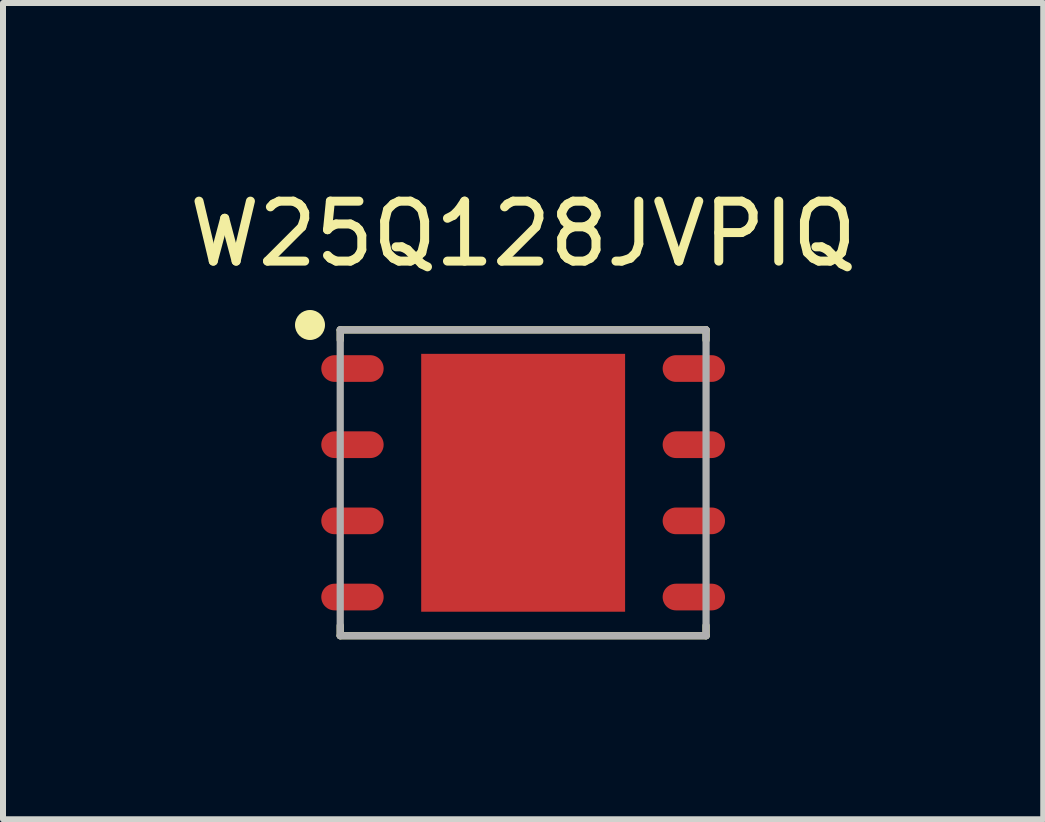
<source format=kicad_pcb>
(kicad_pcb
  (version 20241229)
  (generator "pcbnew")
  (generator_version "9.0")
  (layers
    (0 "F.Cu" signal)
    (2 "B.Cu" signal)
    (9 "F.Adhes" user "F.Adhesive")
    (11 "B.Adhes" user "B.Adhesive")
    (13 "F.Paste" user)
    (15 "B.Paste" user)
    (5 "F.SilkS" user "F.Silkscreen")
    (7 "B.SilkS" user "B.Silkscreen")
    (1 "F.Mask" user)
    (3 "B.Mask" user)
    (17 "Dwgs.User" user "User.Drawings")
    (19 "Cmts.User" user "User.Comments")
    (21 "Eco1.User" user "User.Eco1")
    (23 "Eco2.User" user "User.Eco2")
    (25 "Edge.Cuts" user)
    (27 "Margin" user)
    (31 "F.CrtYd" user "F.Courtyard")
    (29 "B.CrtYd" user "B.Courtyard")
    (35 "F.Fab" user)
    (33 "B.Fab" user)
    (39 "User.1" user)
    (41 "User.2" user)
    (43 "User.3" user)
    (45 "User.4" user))
  (footprint "W25Q128JVPIQ"
    (layer "F.Cu")
    (at 5.673 5)
    (property "Reference" "W25Q128JVPIQ" (at 0 -4.151 0) (layer "F.SilkS") (effects (font (size 1 1) (thickness 0.15))))
    (attr smd)
    (fp_line (start -3.05 -2.55) (end 3.05 -2.55) (stroke (width 0.12) (type solid)) (layer "F.SilkS"))
    (fp_line (start -3.05 -2.381) (end -3.05 -2.55) (stroke (width 0.12) (type solid)) (layer "F.SilkS"))
    (fp_line (start -3.05 2.381) (end -3.05 2.55) (stroke (width 0.12) (type solid)) (layer "F.SilkS"))
    (fp_line (start -3.05 2.55) (end 3.05 2.55) (stroke (width 0.12) (type solid)) (layer "F.SilkS"))
    (fp_line (start 3.05 -2.55) (end 3.05 -2.381) (stroke (width 0.12) (type solid)) (layer "F.SilkS"))
    (fp_line (start 3.05 2.55) (end 3.05 2.381) (stroke (width 0.12) (type solid)) (layer "F.SilkS"))
    (fp_circle (center -3.554 -2.631) (end -3.304 -2.631) (stroke (width 0) (type solid)) (fill yes) (layer "F.SilkS"))
    (fp_line (start -3.05 -2.55) (end 3.05 -2.55) (stroke (width 0.12) (type solid)) (layer "F.Fab"))
    (fp_line (start -3.05 2.55) (end -3.05 -2.55) (stroke (width 0.12) (type solid)) (layer "F.Fab"))
    (fp_line (start 3.05 -2.55) (end 3.05 2.55) (stroke (width 0.12) (type solid)) (layer "F.Fab"))
    (fp_line (start 3.05 2.55) (end -3.05 2.55) (stroke (width 0.12) (type solid)) (layer "F.Fab"))
    (pad "1" smd oval (at -2.846 -1.905) (size 1.04 0.445) (layers "F.Cu" "F.Mask" "F.Paste"))
    (pad "2" smd oval (at -2.846 -0.635) (size 1.04 0.445) (layers "F.Cu" "F.Mask" "F.Paste"))
    (pad "3" smd oval (at -2.846 0.635) (size 1.04 0.445) (layers "F.Cu" "F.Mask" "F.Paste"))
    (pad "4" smd oval (at -2.846 1.905) (size 1.04 0.445) (layers "F.Cu" "F.Mask" "F.Paste"))
    (pad "5" smd oval (at 2.846 1.905) (size 1.04 0.445) (layers "F.Cu" "F.Mask" "F.Paste"))
    (pad "6" smd oval (at 2.846 0.635) (size 1.04 0.445) (layers "F.Cu" "F.Mask" "F.Paste"))
    (pad "7" smd oval (at 2.846 -0.635) (size 1.04 0.445) (layers "F.Cu" "F.Mask" "F.Paste"))
    (pad "8" smd oval (at 2.846 -1.905) (size 1.04 0.445) (layers "F.Cu" "F.Mask" "F.Paste"))
    (pad "9" smd rect (at 0 0) (size 3.4 4.3) (layers "F.Cu" "F.Mask" "F.Paste")))
  (gr_rect
    (start -3 -3)
    (end 14.345 10.61)
    (stroke (width 0.1) (type default))
    (fill no)
    (layer "Edge.Cuts")))
</source>
